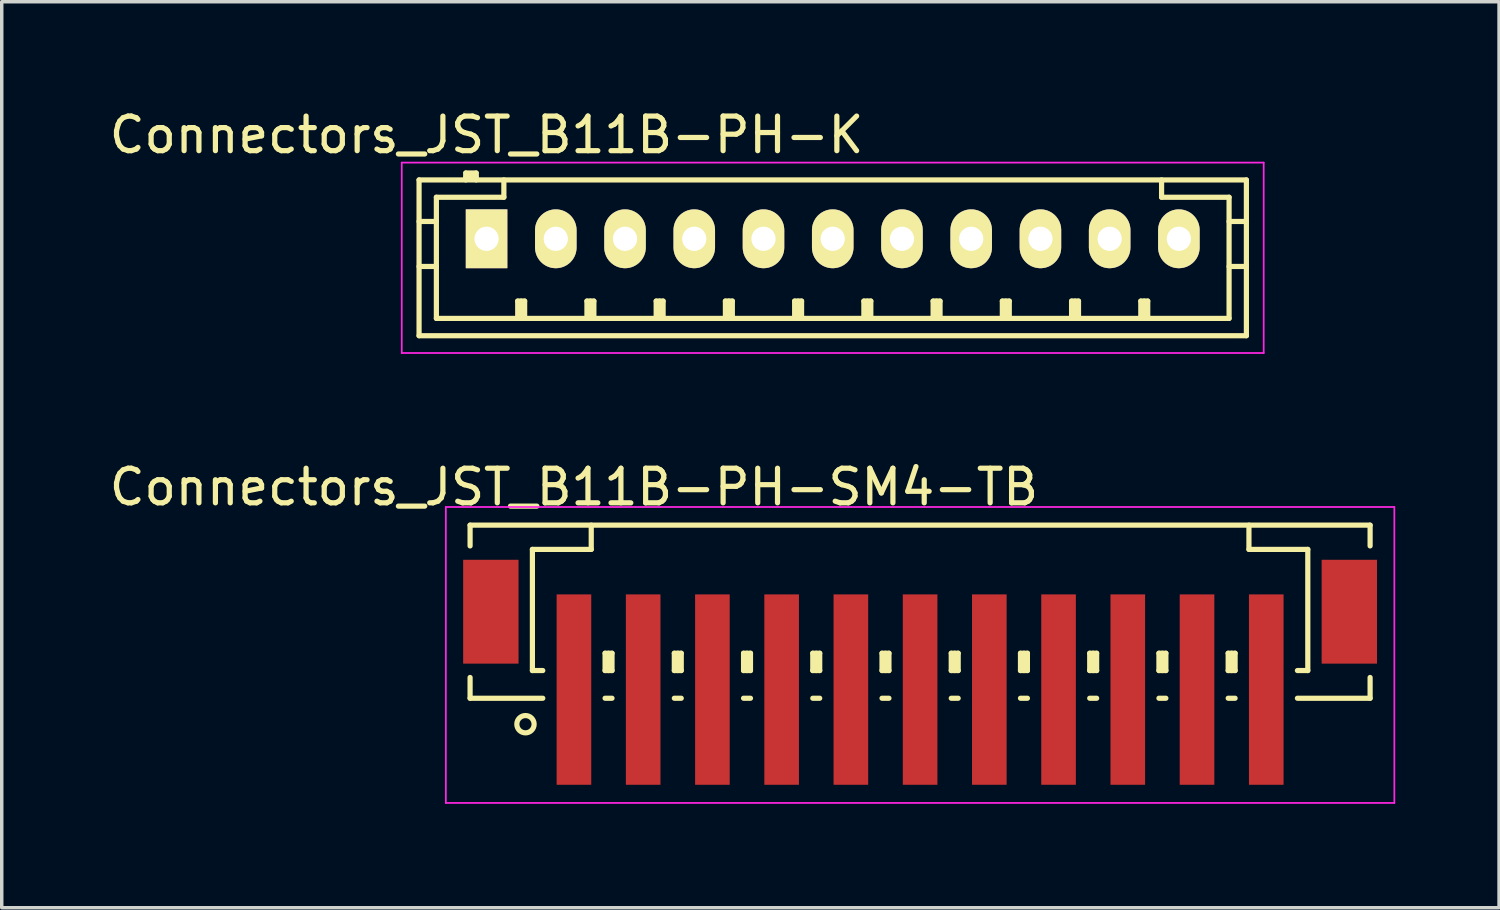
<source format=kicad_pcb>
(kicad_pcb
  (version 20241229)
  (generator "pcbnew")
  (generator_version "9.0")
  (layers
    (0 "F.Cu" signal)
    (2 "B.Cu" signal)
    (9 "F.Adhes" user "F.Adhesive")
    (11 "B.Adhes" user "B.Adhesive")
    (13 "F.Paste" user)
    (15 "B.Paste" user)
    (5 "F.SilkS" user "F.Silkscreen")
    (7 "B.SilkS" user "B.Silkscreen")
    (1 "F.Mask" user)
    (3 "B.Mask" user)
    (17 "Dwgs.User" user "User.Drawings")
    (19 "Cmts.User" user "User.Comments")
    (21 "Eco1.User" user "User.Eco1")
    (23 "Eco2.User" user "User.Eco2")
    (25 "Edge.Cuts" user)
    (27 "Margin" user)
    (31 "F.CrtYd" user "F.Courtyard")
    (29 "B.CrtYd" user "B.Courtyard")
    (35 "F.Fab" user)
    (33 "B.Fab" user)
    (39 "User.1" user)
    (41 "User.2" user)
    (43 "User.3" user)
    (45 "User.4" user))
  (footprint "Connectors_JST_B11B-PH-SM4-TB"
    (layer "F.Cu")
    (at 23.53 15.746)
    (property "Reference" "Connectors_JST_B11B-PH-SM4-TB" (at -10 -4.725 0) (layer "F.SilkS") (effects (font (size 1 1) (thickness 0.15))))
    (attr smd)
    (fp_line (start -13 -3.625) (end 13 -3.625) (stroke (width 0.15) (type solid)) (layer "F.SilkS"))
    (fp_line (start -13 -3.025) (end -13 -3.625) (stroke (width 0.15) (type solid)) (layer "F.SilkS"))
    (fp_line (start -13 0.775) (end -13 1.375) (stroke (width 0.15) (type solid)) (layer "F.SilkS"))
    (fp_line (start -13 1.375) (end -10.9 1.375) (stroke (width 0.15) (type solid)) (layer "F.SilkS"))
    (fp_line (start -11.2 -2.925) (end -11.2 0.575) (stroke (width 0.15) (type solid)) (layer "F.SilkS"))
    (fp_line (start -11.2 0.575) (end -10.9 0.575) (stroke (width 0.15) (type solid)) (layer "F.SilkS"))
    (fp_line (start -9.5 -3.625) (end -9.5 -2.925) (stroke (width 0.15) (type solid)) (layer "F.SilkS"))
    (fp_line (start -9.5 -2.925) (end -11.2 -2.925) (stroke (width 0.15) (type solid)) (layer "F.SilkS"))
    (fp_line (start -9.1 0.075) (end -8.9 0.075) (stroke (width 0.15) (type solid)) (layer "F.SilkS"))
    (fp_line (start -9.1 0.575) (end -9.1 0.075) (stroke (width 0.15) (type solid)) (layer "F.SilkS"))
    (fp_line (start -9.1 0.575) (end -8.9 0.575) (stroke (width 0.15) (type solid)) (layer "F.SilkS"))
    (fp_line (start -9.1 1.375) (end -8.9 1.375) (stroke (width 0.15) (type solid)) (layer "F.SilkS"))
    (fp_line (start -9 0.575) (end -9 0.075) (stroke (width 0.15) (type solid)) (layer "F.SilkS"))
    (fp_line (start -8.9 0.075) (end -8.9 0.575) (stroke (width 0.15) (type solid)) (layer "F.SilkS"))
    (fp_line (start -7.1 0.075) (end -6.9 0.075) (stroke (width 0.15) (type solid)) (layer "F.SilkS"))
    (fp_line (start -7.1 0.575) (end -7.1 0.075) (stroke (width 0.15) (type solid)) (layer "F.SilkS"))
    (fp_line (start -7.1 0.575) (end -6.9 0.575) (stroke (width 0.15) (type solid)) (layer "F.SilkS"))
    (fp_line (start -7.1 1.375) (end -6.9 1.375) (stroke (width 0.15) (type solid)) (layer "F.SilkS"))
    (fp_line (start -7 0.575) (end -7 0.075) (stroke (width 0.15) (type solid)) (layer "F.SilkS"))
    (fp_line (start -6.9 0.075) (end -6.9 0.575) (stroke (width 0.15) (type solid)) (layer "F.SilkS"))
    (fp_line (start -5.1 0.075) (end -4.9 0.075) (stroke (width 0.15) (type solid)) (layer "F.SilkS"))
    (fp_line (start -5.1 0.575) (end -5.1 0.075) (stroke (width 0.15) (type solid)) (layer "F.SilkS"))
    (fp_line (start -5.1 0.575) (end -4.9 0.575) (stroke (width 0.15) (type solid)) (layer "F.SilkS"))
    (fp_line (start -5.1 1.375) (end -4.9 1.375) (stroke (width 0.15) (type solid)) (layer "F.SilkS"))
    (fp_line (start -5 0.575) (end -5 0.075) (stroke (width 0.15) (type solid)) (layer "F.SilkS"))
    (fp_line (start -4.9 0.075) (end -4.9 0.575) (stroke (width 0.15) (type solid)) (layer "F.SilkS"))
    (fp_line (start -3.1 0.075) (end -2.9 0.075) (stroke (width 0.15) (type solid)) (layer "F.SilkS"))
    (fp_line (start -3.1 0.575) (end -3.1 0.075) (stroke (width 0.15) (type solid)) (layer "F.SilkS"))
    (fp_line (start -3.1 0.575) (end -2.9 0.575) (stroke (width 0.15) (type solid)) (layer "F.SilkS"))
    (fp_line (start -3.1 1.375) (end -2.9 1.375) (stroke (width 0.15) (type solid)) (layer "F.SilkS"))
    (fp_line (start -3 0.575) (end -3 0.075) (stroke (width 0.15) (type solid)) (layer "F.SilkS"))
    (fp_line (start -2.9 0.075) (end -2.9 0.575) (stroke (width 0.15) (type solid)) (layer "F.SilkS"))
    (fp_line (start -1.1 0.075) (end -0.9 0.075) (stroke (width 0.15) (type solid)) (layer "F.SilkS"))
    (fp_line (start -1.1 0.575) (end -1.1 0.075) (stroke (width 0.15) (type solid)) (layer "F.SilkS"))
    (fp_line (start -1.1 0.575) (end -0.9 0.575) (stroke (width 0.15) (type solid)) (layer "F.SilkS"))
    (fp_line (start -1.1 1.375) (end -0.9 1.375) (stroke (width 0.15) (type solid)) (layer "F.SilkS"))
    (fp_line (start -1 0.575) (end -1 0.075) (stroke (width 0.15) (type solid)) (layer "F.SilkS"))
    (fp_line (start -0.9 0.075) (end -0.9 0.575) (stroke (width 0.15) (type solid)) (layer "F.SilkS"))
    (fp_line (start 0.9 0.075) (end 1.1 0.075) (stroke (width 0.15) (type solid)) (layer "F.SilkS"))
    (fp_line (start 0.9 0.575) (end 0.9 0.075) (stroke (width 0.15) (type solid)) (layer "F.SilkS"))
    (fp_line (start 0.9 0.575) (end 1.1 0.575) (stroke (width 0.15) (type solid)) (layer "F.SilkS"))
    (fp_line (start 0.9 1.375) (end 1.1 1.375) (stroke (width 0.15) (type solid)) (layer "F.SilkS"))
    (fp_line (start 1 0.575) (end 1 0.075) (stroke (width 0.15) (type solid)) (layer "F.SilkS"))
    (fp_line (start 1.1 0.075) (end 1.1 0.575) (stroke (width 0.15) (type solid)) (layer "F.SilkS"))
    (fp_line (start 2.9 0.075) (end 3.1 0.075) (stroke (width 0.15) (type solid)) (layer "F.SilkS"))
    (fp_line (start 2.9 0.575) (end 2.9 0.075) (stroke (width 0.15) (type solid)) (layer "F.SilkS"))
    (fp_line (start 2.9 0.575) (end 3.1 0.575) (stroke (width 0.15) (type solid)) (layer "F.SilkS"))
    (fp_line (start 2.9 1.375) (end 3.1 1.375) (stroke (width 0.15) (type solid)) (layer "F.SilkS"))
    (fp_line (start 3 0.575) (end 3 0.075) (stroke (width 0.15) (type solid)) (layer "F.SilkS"))
    (fp_line (start 3.1 0.075) (end 3.1 0.575) (stroke (width 0.15) (type solid)) (layer "F.SilkS"))
    (fp_line (start 4.9 0.075) (end 5.1 0.075) (stroke (width 0.15) (type solid)) (layer "F.SilkS"))
    (fp_line (start 4.9 0.575) (end 4.9 0.075) (stroke (width 0.15) (type solid)) (layer "F.SilkS"))
    (fp_line (start 4.9 0.575) (end 5.1 0.575) (stroke (width 0.15) (type solid)) (layer "F.SilkS"))
    (fp_line (start 4.9 1.375) (end 5.1 1.375) (stroke (width 0.15) (type solid)) (layer "F.SilkS"))
    (fp_line (start 5 0.575) (end 5 0.075) (stroke (width 0.15) (type solid)) (layer "F.SilkS"))
    (fp_line (start 5.1 0.075) (end 5.1 0.575) (stroke (width 0.15) (type solid)) (layer "F.SilkS"))
    (fp_line (start 6.9 0.075) (end 7.1 0.075) (stroke (width 0.15) (type solid)) (layer "F.SilkS"))
    (fp_line (start 6.9 0.575) (end 6.9 0.075) (stroke (width 0.15) (type solid)) (layer "F.SilkS"))
    (fp_line (start 6.9 0.575) (end 7.1 0.575) (stroke (width 0.15) (type solid)) (layer "F.SilkS"))
    (fp_line (start 6.9 1.375) (end 7.1 1.375) (stroke (width 0.15) (type solid)) (layer "F.SilkS"))
    (fp_line (start 7 0.575) (end 7 0.075) (stroke (width 0.15) (type solid)) (layer "F.SilkS"))
    (fp_line (start 7.1 0.075) (end 7.1 0.575) (stroke (width 0.15) (type solid)) (layer "F.SilkS"))
    (fp_line (start 8.9 0.075) (end 9.1 0.075) (stroke (width 0.15) (type solid)) (layer "F.SilkS"))
    (fp_line (start 8.9 0.575) (end 8.9 0.075) (stroke (width 0.15) (type solid)) (layer "F.SilkS"))
    (fp_line (start 8.9 0.575) (end 9.1 0.575) (stroke (width 0.15) (type solid)) (layer "F.SilkS"))
    (fp_line (start 8.9 1.375) (end 9.1 1.375) (stroke (width 0.15) (type solid)) (layer "F.SilkS"))
    (fp_line (start 9 0.575) (end 9 0.075) (stroke (width 0.15) (type solid)) (layer "F.SilkS"))
    (fp_line (start 9.1 0.075) (end 9.1 0.575) (stroke (width 0.15) (type solid)) (layer "F.SilkS"))
    (fp_line (start 9.5 -3.625) (end 9.5 -2.925) (stroke (width 0.15) (type solid)) (layer "F.SilkS"))
    (fp_line (start 9.5 -2.925) (end 11.2 -2.925) (stroke (width 0.15) (type solid)) (layer "F.SilkS"))
    (fp_line (start 11.2 -2.925) (end 11.2 0.575) (stroke (width 0.15) (type solid)) (layer "F.SilkS"))
    (fp_line (start 11.2 0.575) (end 10.9 0.575) (stroke (width 0.15) (type solid)) (layer "F.SilkS"))
    (fp_line (start 13 -3.625) (end 13 -3.025) (stroke (width 0.15) (type solid)) (layer "F.SilkS"))
    (fp_line (start 13 0.775) (end 13 1.375) (stroke (width 0.15) (type solid)) (layer "F.SilkS"))
    (fp_line (start 13 1.375) (end 10.9 1.375) (stroke (width 0.15) (type solid)) (layer "F.SilkS"))
    (fp_circle (center -11.4 2.125) (end -11.15 2.125) (stroke (width 0.15) (type solid)) (fill no) (layer "F.SilkS"))
    (fp_line (start -13.7 -4.15) (end 13.7 -4.15) (stroke (width 0.05) (type solid)) (layer "F.CrtYd"))
    (fp_line (start -13.7 4.4) (end -13.7 -4.15) (stroke (width 0.05) (type solid)) (layer "F.CrtYd"))
    (fp_line (start 13.7 -4.15) (end 13.7 4.4) (stroke (width 0.05) (type solid)) (layer "F.CrtYd"))
    (fp_line (start 13.7 4.4) (end -13.7 4.4) (stroke (width 0.05) (type solid)) (layer "F.CrtYd"))
    (pad "" smd rect (at -12.4 -1.125) (size 1.6 3) (layers "F.Cu" "F.Mask" "F.Paste"))
    (pad "" smd rect (at 12.4 -1.125) (size 1.6 3) (layers "F.Cu" "F.Mask" "F.Paste"))
    (pad "1" smd rect (at -10 1.125) (size 1 5.5) (layers "F.Cu" "F.Mask" "F.Paste"))
    (pad "2" smd rect (at -8 1.125) (size 1 5.5) (layers "F.Cu" "F.Mask" "F.Paste"))
    (pad "3" smd rect (at -6 1.125) (size 1 5.5) (layers "F.Cu" "F.Mask" "F.Paste"))
    (pad "4" smd rect (at -4 1.125) (size 1 5.5) (layers "F.Cu" "F.Mask" "F.Paste"))
    (pad "5" smd rect (at -2 1.125) (size 1 5.5) (layers "F.Cu" "F.Mask" "F.Paste"))
    (pad "6" smd rect (at 0 1.125) (size 1 5.5) (layers "F.Cu" "F.Mask" "F.Paste"))
    (pad "7" smd rect (at 2 1.125) (size 1 5.5) (layers "F.Cu" "F.Mask" "F.Paste"))
    (pad "8" smd rect (at 4 1.125) (size 1 5.5) (layers "F.Cu" "F.Mask" "F.Paste"))
    (pad "9" smd rect (at 6 1.125) (size 1 5.5) (layers "F.Cu" "F.Mask" "F.Paste"))
    (pad "10" smd rect (at 8 1.125) (size 1 5.5) (layers "F.Cu" "F.Mask" "F.Paste"))
    (pad "11" smd rect (at 10 1.125) (size 1 5.5) (layers "F.Cu" "F.Mask" "F.Paste")))
  (footprint "Connectors_JST_B11B-PH-K"
    (layer "F.Cu")
    (at 11.006 3.848)
    (property "Reference" "Connectors_JST_B11B-PH-K" (at 0 -3 0) (layer "F.SilkS") (effects (font (size 1 1) (thickness 0.15))))
    (attr through_hole)
    (fp_line (start -1.95 -1.7) (end 21.95 -1.7) (stroke (width 0.15) (type solid)) (layer "F.SilkS"))
    (fp_line (start -1.95 -0.5) (end -1.45 -0.5) (stroke (width 0.15) (type solid)) (layer "F.SilkS"))
    (fp_line (start -1.95 0.8) (end -1.45 0.8) (stroke (width 0.15) (type solid)) (layer "F.SilkS"))
    (fp_line (start -1.95 2.8) (end -1.95 -1.7) (stroke (width 0.15) (type solid)) (layer "F.SilkS"))
    (fp_line (start -1.45 -1.2) (end -1.45 2.3) (stroke (width 0.15) (type solid)) (layer "F.SilkS"))
    (fp_line (start -1.45 2.3) (end 21.45 2.3) (stroke (width 0.15) (type solid)) (layer "F.SilkS"))
    (fp_line (start -0.6 -1.9) (end -0.6 -1.7) (stroke (width 0.15) (type solid)) (layer "F.SilkS"))
    (fp_line (start -0.3 -1.9) (end -0.6 -1.9) (stroke (width 0.15) (type solid)) (layer "F.SilkS"))
    (fp_line (start -0.3 -1.8) (end -0.6 -1.8) (stroke (width 0.15) (type solid)) (layer "F.SilkS"))
    (fp_line (start -0.3 -1.7) (end -0.3 -1.9) (stroke (width 0.15) (type solid)) (layer "F.SilkS"))
    (fp_line (start 0.5 -1.7) (end 0.5 -1.2) (stroke (width 0.15) (type solid)) (layer "F.SilkS"))
    (fp_line (start 0.5 -1.2) (end -1.45 -1.2) (stroke (width 0.15) (type solid)) (layer "F.SilkS"))
    (fp_line (start 0.9 1.8) (end 1.1 1.8) (stroke (width 0.15) (type solid)) (layer "F.SilkS"))
    (fp_line (start 0.9 2.3) (end 0.9 1.8) (stroke (width 0.15) (type solid)) (layer "F.SilkS"))
    (fp_line (start 1 2.3) (end 1 1.8) (stroke (width 0.15) (type solid)) (layer "F.SilkS"))
    (fp_line (start 1.1 1.8) (end 1.1 2.3) (stroke (width 0.15) (type solid)) (layer "F.SilkS"))
    (fp_line (start 2.9 1.8) (end 3.1 1.8) (stroke (width 0.15) (type solid)) (layer "F.SilkS"))
    (fp_line (start 2.9 2.3) (end 2.9 1.8) (stroke (width 0.15) (type solid)) (layer "F.SilkS"))
    (fp_line (start 3 2.3) (end 3 1.8) (stroke (width 0.15) (type solid)) (layer "F.SilkS"))
    (fp_line (start 3.1 1.8) (end 3.1 2.3) (stroke (width 0.15) (type solid)) (layer "F.SilkS"))
    (fp_line (start 4.9 1.8) (end 5.1 1.8) (stroke (width 0.15) (type solid)) (layer "F.SilkS"))
    (fp_line (start 4.9 2.3) (end 4.9 1.8) (stroke (width 0.15) (type solid)) (layer "F.SilkS"))
    (fp_line (start 5 2.3) (end 5 1.8) (stroke (width 0.15) (type solid)) (layer "F.SilkS"))
    (fp_line (start 5.1 1.8) (end 5.1 2.3) (stroke (width 0.15) (type solid)) (layer "F.SilkS"))
    (fp_line (start 6.9 1.8) (end 7.1 1.8) (stroke (width 0.15) (type solid)) (layer "F.SilkS"))
    (fp_line (start 6.9 2.3) (end 6.9 1.8) (stroke (width 0.15) (type solid)) (layer "F.SilkS"))
    (fp_line (start 7 2.3) (end 7 1.8) (stroke (width 0.15) (type solid)) (layer "F.SilkS"))
    (fp_line (start 7.1 1.8) (end 7.1 2.3) (stroke (width 0.15) (type solid)) (layer "F.SilkS"))
    (fp_line (start 8.9 1.8) (end 9.1 1.8) (stroke (width 0.15) (type solid)) (layer "F.SilkS"))
    (fp_line (start 8.9 2.3) (end 8.9 1.8) (stroke (width 0.15) (type solid)) (layer "F.SilkS"))
    (fp_line (start 9 2.3) (end 9 1.8) (stroke (width 0.15) (type solid)) (layer "F.SilkS"))
    (fp_line (start 9.1 1.8) (end 9.1 2.3) (stroke (width 0.15) (type solid)) (layer "F.SilkS"))
    (fp_line (start 10.9 1.8) (end 11.1 1.8) (stroke (width 0.15) (type solid)) (layer "F.SilkS"))
    (fp_line (start 10.9 2.3) (end 10.9 1.8) (stroke (width 0.15) (type solid)) (layer "F.SilkS"))
    (fp_line (start 11 2.3) (end 11 1.8) (stroke (width 0.15) (type solid)) (layer "F.SilkS"))
    (fp_line (start 11.1 1.8) (end 11.1 2.3) (stroke (width 0.15) (type solid)) (layer "F.SilkS"))
    (fp_line (start 12.9 1.8) (end 13.1 1.8) (stroke (width 0.15) (type solid)) (layer "F.SilkS"))
    (fp_line (start 12.9 2.3) (end 12.9 1.8) (stroke (width 0.15) (type solid)) (layer "F.SilkS"))
    (fp_line (start 13 2.3) (end 13 1.8) (stroke (width 0.15) (type solid)) (layer "F.SilkS"))
    (fp_line (start 13.1 1.8) (end 13.1 2.3) (stroke (width 0.15) (type solid)) (layer "F.SilkS"))
    (fp_line (start 14.9 1.8) (end 15.1 1.8) (stroke (width 0.15) (type solid)) (layer "F.SilkS"))
    (fp_line (start 14.9 2.3) (end 14.9 1.8) (stroke (width 0.15) (type solid)) (layer "F.SilkS"))
    (fp_line (start 15 2.3) (end 15 1.8) (stroke (width 0.15) (type solid)) (layer "F.SilkS"))
    (fp_line (start 15.1 1.8) (end 15.1 2.3) (stroke (width 0.15) (type solid)) (layer "F.SilkS"))
    (fp_line (start 16.9 1.8) (end 17.1 1.8) (stroke (width 0.15) (type solid)) (layer "F.SilkS"))
    (fp_line (start 16.9 2.3) (end 16.9 1.8) (stroke (width 0.15) (type solid)) (layer "F.SilkS"))
    (fp_line (start 17 2.3) (end 17 1.8) (stroke (width 0.15) (type solid)) (layer "F.SilkS"))
    (fp_line (start 17.1 1.8) (end 17.1 2.3) (stroke (width 0.15) (type solid)) (layer "F.SilkS"))
    (fp_line (start 18.9 1.8) (end 19.1 1.8) (stroke (width 0.15) (type solid)) (layer "F.SilkS"))
    (fp_line (start 18.9 2.3) (end 18.9 1.8) (stroke (width 0.15) (type solid)) (layer "F.SilkS"))
    (fp_line (start 19 2.3) (end 19 1.8) (stroke (width 0.15) (type solid)) (layer "F.SilkS"))
    (fp_line (start 19.1 1.8) (end 19.1 2.3) (stroke (width 0.15) (type solid)) (layer "F.SilkS"))
    (fp_line (start 19.5 -1.2) (end 19.5 -1.7) (stroke (width 0.15) (type solid)) (layer "F.SilkS"))
    (fp_line (start 21.45 -1.2) (end 19.5 -1.2) (stroke (width 0.15) (type solid)) (layer "F.SilkS"))
    (fp_line (start 21.45 -0.5) (end 21.95 -0.5) (stroke (width 0.15) (type solid)) (layer "F.SilkS"))
    (fp_line (start 21.45 0.8) (end 21.95 0.8) (stroke (width 0.15) (type solid)) (layer "F.SilkS"))
    (fp_line (start 21.45 2.3) (end 21.45 -1.2) (stroke (width 0.15) (type solid)) (layer "F.SilkS"))
    (fp_line (start 21.95 -1.7) (end 21.95 2.8) (stroke (width 0.15) (type solid)) (layer "F.SilkS"))
    (fp_line (start 21.95 2.8) (end -1.95 2.8) (stroke (width 0.15) (type solid)) (layer "F.SilkS"))
    (fp_line (start -2.45 -2.2) (end 22.45 -2.2) (stroke (width 0.05) (type solid)) (layer "F.CrtYd"))
    (fp_line (start -2.45 3.3) (end -2.45 -2.2) (stroke (width 0.05) (type solid)) (layer "F.CrtYd"))
    (fp_line (start 22.45 -2.2) (end 22.45 3.3) (stroke (width 0.05) (type solid)) (layer "F.CrtYd"))
    (fp_line (start 22.45 3.3) (end -2.45 3.3) (stroke (width 0.05) (type solid)) (layer "F.CrtYd"))
    (pad "1" thru_hole rect (at 0 0) (size 1.2 1.7) (drill 0.7) (layers "*.Cu" "*.Mask" "F.SilkS"))
    (pad "2" thru_hole oval (at 2 0) (size 1.2 1.7) (drill 0.7) (layers "*.Cu" "*.Mask" "F.SilkS"))
    (pad "3" thru_hole oval (at 4 0) (size 1.2 1.7) (drill 0.7) (layers "*.Cu" "*.Mask" "F.SilkS"))
    (pad "4" thru_hole oval (at 6 0) (size 1.2 1.7) (drill 0.7) (layers "*.Cu" "*.Mask" "F.SilkS"))
    (pad "5" thru_hole oval (at 8 0) (size 1.2 1.7) (drill 0.7) (layers "*.Cu" "*.Mask" "F.SilkS"))
    (pad "6" thru_hole oval (at 10 0) (size 1.2 1.7) (drill 0.7) (layers "*.Cu" "*.Mask" "F.SilkS"))
    (pad "7" thru_hole oval (at 12 0) (size 1.2 1.7) (drill 0.7) (layers "*.Cu" "*.Mask" "F.SilkS"))
    (pad "8" thru_hole oval (at 14 0) (size 1.2 1.7) (drill 0.7) (layers "*.Cu" "*.Mask" "F.SilkS"))
    (pad "9" thru_hole oval (at 16 0) (size 1.2 1.7) (drill 0.7) (layers "*.Cu" "*.Mask" "F.SilkS"))
    (pad "10" thru_hole oval (at 18 0) (size 1.2 1.7) (drill 0.7) (layers "*.Cu" "*.Mask" "F.SilkS"))
    (pad "11" thru_hole oval (at 20 0) (size 1.2 1.7) (drill 0.7) (layers "*.Cu" "*.Mask" "F.SilkS")))
  (gr_rect
    (start -3 -3)
    (end 40.255 23.172)
    (stroke (width 0.1) (type default))
    (fill no)
    (layer "Edge.Cuts")))
</source>
